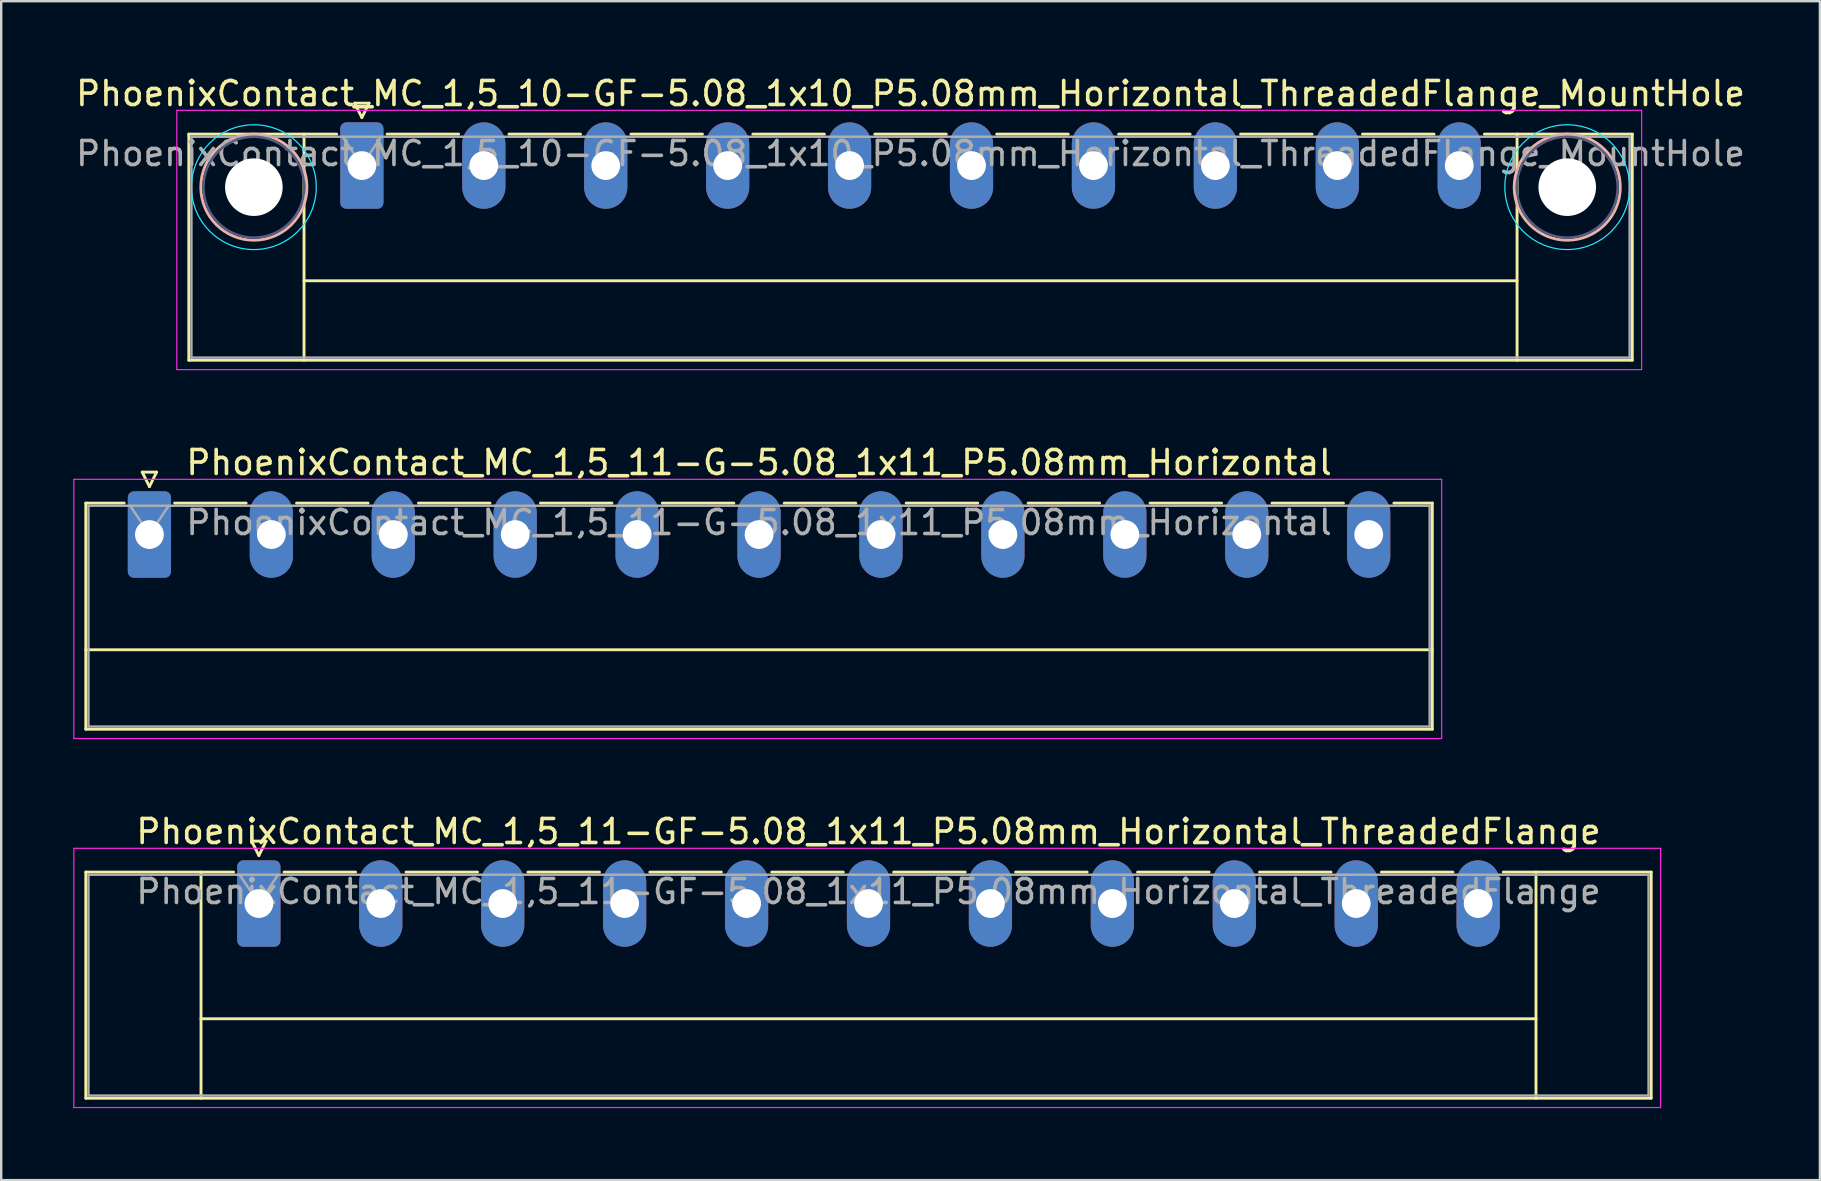
<source format=kicad_pcb>
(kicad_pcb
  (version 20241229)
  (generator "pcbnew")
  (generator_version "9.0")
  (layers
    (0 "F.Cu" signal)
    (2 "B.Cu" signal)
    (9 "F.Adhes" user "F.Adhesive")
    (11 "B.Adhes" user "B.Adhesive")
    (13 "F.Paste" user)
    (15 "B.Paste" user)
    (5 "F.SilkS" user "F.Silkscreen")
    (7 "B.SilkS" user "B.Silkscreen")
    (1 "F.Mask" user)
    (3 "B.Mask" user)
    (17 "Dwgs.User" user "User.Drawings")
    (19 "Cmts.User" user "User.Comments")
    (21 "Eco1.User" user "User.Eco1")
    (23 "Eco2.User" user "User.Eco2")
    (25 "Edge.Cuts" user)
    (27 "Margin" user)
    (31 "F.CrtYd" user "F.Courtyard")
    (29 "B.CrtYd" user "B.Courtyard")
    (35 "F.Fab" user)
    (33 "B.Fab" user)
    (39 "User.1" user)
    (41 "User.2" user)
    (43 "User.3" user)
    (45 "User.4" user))
  (footprint "PhoenixContact_MC_1,5_10-GF-5.08_1x10_P5.08mm_Horizontal_ThreadedFlange_MountHole"
    (layer "F.Cu")
    (at 12.027 3.848)
    (property "Reference" "PhoenixContact_MC_1,5_10-GF-5.08_1x10_P5.08mm_Horizontal_ThreadedFlange_MountHole" (at 22.86 -3 0) (layer "F.SilkS") (effects (font (size 1 1) (thickness 0.15))))
    (attr through_hole)
    (fp_line (start -7.21 -1.31) (end -7.21 8.11) (stroke (width 0.12) (type solid)) (layer "F.SilkS"))
    (fp_line (start -7.21 -1.31) (end -1.05 -1.31) (stroke (width 0.12) (type solid)) (layer "F.SilkS"))
    (fp_line (start -7.21 8.11) (end 52.93 8.11) (stroke (width 0.12) (type solid)) (layer "F.SilkS"))
    (fp_line (start -2.41 -1.31) (end -2.41 8.11) (stroke (width 0.12) (type solid)) (layer "F.SilkS"))
    (fp_line (start -2.41 4.8) (end 48.13 4.8) (stroke (width 0.12) (type solid)) (layer "F.SilkS"))
    (fp_line (start -0.3 -2.6) (end 0.3 -2.6) (stroke (width 0.12) (type solid)) (layer "F.SilkS"))
    (fp_line (start 0 -2) (end -0.3 -2.6) (stroke (width 0.12) (type solid)) (layer "F.SilkS"))
    (fp_line (start 0.3 -2.6) (end 0 -2) (stroke (width 0.12) (type solid)) (layer "F.SilkS"))
    (fp_line (start 1.05 -1.31) (end 4.03 -1.31) (stroke (width 0.12) (type solid)) (layer "F.SilkS"))
    (fp_line (start 6.13 -1.31) (end 9.11 -1.31) (stroke (width 0.12) (type solid)) (layer "F.SilkS"))
    (fp_line (start 11.21 -1.31) (end 14.19 -1.31) (stroke (width 0.12) (type solid)) (layer "F.SilkS"))
    (fp_line (start 16.29 -1.31) (end 19.27 -1.31) (stroke (width 0.12) (type solid)) (layer "F.SilkS"))
    (fp_line (start 21.37 -1.31) (end 24.35 -1.31) (stroke (width 0.12) (type solid)) (layer "F.SilkS"))
    (fp_line (start 26.45 -1.31) (end 29.43 -1.31) (stroke (width 0.12) (type solid)) (layer "F.SilkS"))
    (fp_line (start 31.53 -1.31) (end 34.51 -1.31) (stroke (width 0.12) (type solid)) (layer "F.SilkS"))
    (fp_line (start 36.61 -1.31) (end 39.59 -1.31) (stroke (width 0.12) (type solid)) (layer "F.SilkS"))
    (fp_line (start 41.69 -1.31) (end 44.67 -1.31) (stroke (width 0.12) (type solid)) (layer "F.SilkS"))
    (fp_line (start 48.13 -1.31) (end 48.13 8.11) (stroke (width 0.12) (type solid)) (layer "F.SilkS"))
    (fp_line (start 52.93 -1.31) (end 46.77 -1.31) (stroke (width 0.12) (type solid)) (layer "F.SilkS"))
    (fp_line (start 52.93 8.11) (end 52.93 -1.31) (stroke (width 0.12) (type solid)) (layer "F.SilkS"))
    (fp_circle (center -4.5 0.9) (end -2.29 0.9) (stroke (width 0.12) (type solid)) (fill no) (layer "B.SilkS"))
    (fp_circle (center 50.22 0.9) (end 52.43 0.9) (stroke (width 0.12) (type solid)) (fill no) (layer "B.SilkS"))
    (fp_circle (center -4.5 0.9) (end -1.9 0.9) (stroke (width 0.05) (type solid)) (fill no) (layer "B.CrtYd"))
    (fp_circle (center 50.22 0.9) (end 52.82 0.9) (stroke (width 0.05) (type solid)) (fill no) (layer "B.CrtYd"))
    (fp_line (start -7.71 -2.3) (end -7.71 8.5) (stroke (width 0.05) (type solid)) (layer "F.CrtYd"))
    (fp_line (start -7.71 8.5) (end 53.32 8.5) (stroke (width 0.05) (type solid)) (layer "F.CrtYd"))
    (fp_line (start 53.32 -2.3) (end -7.71 -2.3) (stroke (width 0.05) (type solid)) (layer "F.CrtYd"))
    (fp_line (start 53.32 8.5) (end 53.32 -2.3) (stroke (width 0.05) (type solid)) (layer "F.CrtYd"))
    (fp_circle (center -4.5 0.9) (end -2.4 0.9) (stroke (width 0.1) (type solid)) (fill no) (layer "B.Fab"))
    (fp_circle (center 50.22 0.9) (end 52.32 0.9) (stroke (width 0.1) (type solid)) (fill no) (layer "B.Fab"))
    (fp_line (start -7.1 -1.2) (end -7.1 8) (stroke (width 0.1) (type solid)) (layer "F.Fab"))
    (fp_line (start -7.1 8) (end 52.82 8) (stroke (width 0.1) (type solid)) (layer "F.Fab"))
    (fp_line (start 0 0) (end -0.8 -1.2) (stroke (width 0.1) (type solid)) (layer "F.Fab"))
    (fp_line (start 0.8 -1.2) (end 0 0) (stroke (width 0.1) (type solid)) (layer "F.Fab"))
    (fp_line (start 52.82 -1.2) (end -7.1 -1.2) (stroke (width 0.1) (type solid)) (layer "F.Fab"))
    (fp_line (start 52.82 8) (end 52.82 -1.2) (stroke (width 0.1) (type solid)) (layer "F.Fab"))
    (fp_text user "${REFERENCE}" (at 22.86 -0.5 0) (layer "F.Fab") (effects (font (size 1 1) (thickness 0.15))))
    (pad "" np_thru_hole circle (at -4.5 0.9) (size 2.4 2.4) (drill 2.4) (layers "*.Cu" "*.Mask"))
    (pad "" np_thru_hole circle (at 50.22 0.9) (size 2.4 2.4) (drill 2.4) (layers "*.Cu" "*.Mask"))
    (pad "1" thru_hole roundrect (at 0 0) (size 1.8 3.6) (drill 1.2) (layers "*.Cu" "*.Mask") (roundrect_rratio 0.139))
    (pad "2" thru_hole oval (at 5.08 0) (size 1.8 3.6) (drill 1.2) (layers "*.Cu" "*.Mask"))
    (pad "3" thru_hole oval (at 10.16 0) (size 1.8 3.6) (drill 1.2) (layers "*.Cu" "*.Mask"))
    (pad "4" thru_hole oval (at 15.24 0) (size 1.8 3.6) (drill 1.2) (layers "*.Cu" "*.Mask"))
    (pad "5" thru_hole oval (at 20.32 0) (size 1.8 3.6) (drill 1.2) (layers "*.Cu" "*.Mask"))
    (pad "6" thru_hole oval (at 25.4 0) (size 1.8 3.6) (drill 1.2) (layers "*.Cu" "*.Mask"))
    (pad "7" thru_hole oval (at 30.48 0) (size 1.8 3.6) (drill 1.2) (layers "*.Cu" "*.Mask"))
    (pad "8" thru_hole oval (at 35.56 0) (size 1.8 3.6) (drill 1.2) (layers "*.Cu" "*.Mask"))
    (pad "9" thru_hole oval (at 40.64 0) (size 1.8 3.6) (drill 1.2) (layers "*.Cu" "*.Mask"))
    (pad "10" thru_hole oval (at 45.72 0) (size 1.8 3.6) (drill 1.2) (layers "*.Cu" "*.Mask")))
  (footprint "PhoenixContact_MC_1,5_11-G-5.08_1x11_P5.08mm_Horizontal"
    (layer "F.Cu")
    (at 3.175 19.221)
    (property "Reference" "PhoenixContact_MC_1,5_11-G-5.08_1x11_P5.08mm_Horizontal" (at 25.4 -3 0) (layer "F.SilkS") (effects (font (size 1 1) (thickness 0.15))))
    (attr through_hole)
    (fp_line (start -2.65 -1.31) (end -2.65 8.11) (stroke (width 0.12) (type solid)) (layer "F.SilkS"))
    (fp_line (start -2.65 -1.31) (end -1.05 -1.31) (stroke (width 0.12) (type solid)) (layer "F.SilkS"))
    (fp_line (start -2.65 4.8) (end 53.45 4.8) (stroke (width 0.12) (type solid)) (layer "F.SilkS"))
    (fp_line (start -2.65 8.11) (end 53.45 8.11) (stroke (width 0.12) (type solid)) (layer "F.SilkS"))
    (fp_line (start -0.3 -2.6) (end 0.3 -2.6) (stroke (width 0.12) (type solid)) (layer "F.SilkS"))
    (fp_line (start 0 -2) (end -0.3 -2.6) (stroke (width 0.12) (type solid)) (layer "F.SilkS"))
    (fp_line (start 0.3 -2.6) (end 0 -2) (stroke (width 0.12) (type solid)) (layer "F.SilkS"))
    (fp_line (start 1.05 -1.31) (end 4.03 -1.31) (stroke (width 0.12) (type solid)) (layer "F.SilkS"))
    (fp_line (start 6.13 -1.31) (end 9.11 -1.31) (stroke (width 0.12) (type solid)) (layer "F.SilkS"))
    (fp_line (start 11.21 -1.31) (end 14.19 -1.31) (stroke (width 0.12) (type solid)) (layer "F.SilkS"))
    (fp_line (start 16.29 -1.31) (end 19.27 -1.31) (stroke (width 0.12) (type solid)) (layer "F.SilkS"))
    (fp_line (start 21.37 -1.31) (end 24.35 -1.31) (stroke (width 0.12) (type solid)) (layer "F.SilkS"))
    (fp_line (start 26.45 -1.31) (end 29.43 -1.31) (stroke (width 0.12) (type solid)) (layer "F.SilkS"))
    (fp_line (start 31.53 -1.31) (end 34.51 -1.31) (stroke (width 0.12) (type solid)) (layer "F.SilkS"))
    (fp_line (start 36.61 -1.31) (end 39.59 -1.31) (stroke (width 0.12) (type solid)) (layer "F.SilkS"))
    (fp_line (start 41.69 -1.31) (end 44.67 -1.31) (stroke (width 0.12) (type solid)) (layer "F.SilkS"))
    (fp_line (start 46.77 -1.31) (end 49.75 -1.31) (stroke (width 0.12) (type solid)) (layer "F.SilkS"))
    (fp_line (start 53.45 -1.31) (end 51.85 -1.31) (stroke (width 0.12) (type solid)) (layer "F.SilkS"))
    (fp_line (start 53.45 8.11) (end 53.45 -1.31) (stroke (width 0.12) (type solid)) (layer "F.SilkS"))
    (fp_line (start -3.15 -2.3) (end -3.15 8.5) (stroke (width 0.05) (type solid)) (layer "F.CrtYd"))
    (fp_line (start -3.15 8.5) (end 53.84 8.5) (stroke (width 0.05) (type solid)) (layer "F.CrtYd"))
    (fp_line (start 53.84 -2.3) (end -3.15 -2.3) (stroke (width 0.05) (type solid)) (layer "F.CrtYd"))
    (fp_line (start 53.84 8.5) (end 53.84 -2.3) (stroke (width 0.05) (type solid)) (layer "F.CrtYd"))
    (fp_line (start -2.54 -1.2) (end -2.54 8) (stroke (width 0.1) (type solid)) (layer "F.Fab"))
    (fp_line (start -2.54 8) (end 53.34 8) (stroke (width 0.1) (type solid)) (layer "F.Fab"))
    (fp_line (start 0 0) (end -0.8 -1.2) (stroke (width 0.1) (type solid)) (layer "F.Fab"))
    (fp_line (start 0.8 -1.2) (end 0 0) (stroke (width 0.1) (type solid)) (layer "F.Fab"))
    (fp_line (start 53.34 -1.2) (end -2.54 -1.2) (stroke (width 0.1) (type solid)) (layer "F.Fab"))
    (fp_line (start 53.34 8) (end 53.34 -1.2) (stroke (width 0.1) (type solid)) (layer "F.Fab"))
    (fp_text user "${REFERENCE}" (at 25.4 -0.5 0) (layer "F.Fab") (effects (font (size 1 1) (thickness 0.15))))
    (pad "1" thru_hole roundrect (at 0 0) (size 1.8 3.6) (drill 1.2) (layers "*.Cu" "*.Mask") (roundrect_rratio 0.139))
    (pad "2" thru_hole oval (at 5.08 0) (size 1.8 3.6) (drill 1.2) (layers "*.Cu" "*.Mask"))
    (pad "3" thru_hole oval (at 10.16 0) (size 1.8 3.6) (drill 1.2) (layers "*.Cu" "*.Mask"))
    (pad "4" thru_hole oval (at 15.24 0) (size 1.8 3.6) (drill 1.2) (layers "*.Cu" "*.Mask"))
    (pad "5" thru_hole oval (at 20.32 0) (size 1.8 3.6) (drill 1.2) (layers "*.Cu" "*.Mask"))
    (pad "6" thru_hole oval (at 25.4 0) (size 1.8 3.6) (drill 1.2) (layers "*.Cu" "*.Mask"))
    (pad "7" thru_hole oval (at 30.48 0) (size 1.8 3.6) (drill 1.2) (layers "*.Cu" "*.Mask"))
    (pad "8" thru_hole oval (at 35.56 0) (size 1.8 3.6) (drill 1.2) (layers "*.Cu" "*.Mask"))
    (pad "9" thru_hole oval (at 40.64 0) (size 1.8 3.6) (drill 1.2) (layers "*.Cu" "*.Mask"))
    (pad "10" thru_hole oval (at 45.72 0) (size 1.8 3.6) (drill 1.2) (layers "*.Cu" "*.Mask"))
    (pad "11" thru_hole oval (at 50.8 0) (size 1.8 3.6) (drill 1.2) (layers "*.Cu" "*.Mask")))
  (footprint "PhoenixContact_MC_1,5_11-GF-5.08_1x11_P5.08mm_Horizontal_ThreadedFlange"
    (layer "F.Cu")
    (at 7.735 34.595)
    (property "Reference" "PhoenixContact_MC_1,5_11-GF-5.08_1x11_P5.08mm_Horizontal_ThreadedFlange" (at 25.4 -3 0) (layer "F.SilkS") (effects (font (size 1 1) (thickness 0.15))))
    (attr through_hole)
    (fp_line (start -7.21 -1.31) (end -7.21 8.11) (stroke (width 0.12) (type solid)) (layer "F.SilkS"))
    (fp_line (start -7.21 -1.31) (end -1.05 -1.31) (stroke (width 0.12) (type solid)) (layer "F.SilkS"))
    (fp_line (start -7.21 8.11) (end 58.01 8.11) (stroke (width 0.12) (type solid)) (layer "F.SilkS"))
    (fp_line (start -2.41 -1.31) (end -2.41 8.11) (stroke (width 0.12) (type solid)) (layer "F.SilkS"))
    (fp_line (start -2.41 4.8) (end 53.21 4.8) (stroke (width 0.12) (type solid)) (layer "F.SilkS"))
    (fp_line (start -0.3 -2.6) (end 0.3 -2.6) (stroke (width 0.12) (type solid)) (layer "F.SilkS"))
    (fp_line (start 0 -2) (end -0.3 -2.6) (stroke (width 0.12) (type solid)) (layer "F.SilkS"))
    (fp_line (start 0.3 -2.6) (end 0 -2) (stroke (width 0.12) (type solid)) (layer "F.SilkS"))
    (fp_line (start 1.05 -1.31) (end 4.03 -1.31) (stroke (width 0.12) (type solid)) (layer "F.SilkS"))
    (fp_line (start 6.13 -1.31) (end 9.11 -1.31) (stroke (width 0.12) (type solid)) (layer "F.SilkS"))
    (fp_line (start 11.21 -1.31) (end 14.19 -1.31) (stroke (width 0.12) (type solid)) (layer "F.SilkS"))
    (fp_line (start 16.29 -1.31) (end 19.27 -1.31) (stroke (width 0.12) (type solid)) (layer "F.SilkS"))
    (fp_line (start 21.37 -1.31) (end 24.35 -1.31) (stroke (width 0.12) (type solid)) (layer "F.SilkS"))
    (fp_line (start 26.45 -1.31) (end 29.43 -1.31) (stroke (width 0.12) (type solid)) (layer "F.SilkS"))
    (fp_line (start 31.53 -1.31) (end 34.51 -1.31) (stroke (width 0.12) (type solid)) (layer "F.SilkS"))
    (fp_line (start 36.61 -1.31) (end 39.59 -1.31) (stroke (width 0.12) (type solid)) (layer "F.SilkS"))
    (fp_line (start 41.69 -1.31) (end 44.67 -1.31) (stroke (width 0.12) (type solid)) (layer "F.SilkS"))
    (fp_line (start 46.77 -1.31) (end 49.75 -1.31) (stroke (width 0.12) (type solid)) (layer "F.SilkS"))
    (fp_line (start 53.21 -1.31) (end 53.21 8.11) (stroke (width 0.12) (type solid)) (layer "F.SilkS"))
    (fp_line (start 58.01 -1.31) (end 51.85 -1.31) (stroke (width 0.12) (type solid)) (layer "F.SilkS"))
    (fp_line (start 58.01 8.11) (end 58.01 -1.31) (stroke (width 0.12) (type solid)) (layer "F.SilkS"))
    (fp_line (start -7.71 -2.3) (end -7.71 8.5) (stroke (width 0.05) (type solid)) (layer "F.CrtYd"))
    (fp_line (start -7.71 8.5) (end 58.4 8.5) (stroke (width 0.05) (type solid)) (layer "F.CrtYd"))
    (fp_line (start 58.4 -2.3) (end -7.71 -2.3) (stroke (width 0.05) (type solid)) (layer "F.CrtYd"))
    (fp_line (start 58.4 8.5) (end 58.4 -2.3) (stroke (width 0.05) (type solid)) (layer "F.CrtYd"))
    (fp_line (start -7.1 -1.2) (end -7.1 8) (stroke (width 0.1) (type solid)) (layer "F.Fab"))
    (fp_line (start -7.1 8) (end 57.9 8) (stroke (width 0.1) (type solid)) (layer "F.Fab"))
    (fp_line (start 0 0) (end -0.8 -1.2) (stroke (width 0.1) (type solid)) (layer "F.Fab"))
    (fp_line (start 0.8 -1.2) (end 0 0) (stroke (width 0.1) (type solid)) (layer "F.Fab"))
    (fp_line (start 57.9 -1.2) (end -7.1 -1.2) (stroke (width 0.1) (type solid)) (layer "F.Fab"))
    (fp_line (start 57.9 8) (end 57.9 -1.2) (stroke (width 0.1) (type solid)) (layer "F.Fab"))
    (fp_text user "${REFERENCE}" (at 25.4 -0.5 0) (layer "F.Fab") (effects (font (size 1 1) (thickness 0.15))))
    (pad "1" thru_hole roundrect (at 0 0) (size 1.8 3.6) (drill 1.2) (layers "*.Cu" "*.Mask") (roundrect_rratio 0.139))
    (pad "2" thru_hole oval (at 5.08 0) (size 1.8 3.6) (drill 1.2) (layers "*.Cu" "*.Mask"))
    (pad "3" thru_hole oval (at 10.16 0) (size 1.8 3.6) (drill 1.2) (layers "*.Cu" "*.Mask"))
    (pad "4" thru_hole oval (at 15.24 0) (size 1.8 3.6) (drill 1.2) (layers "*.Cu" "*.Mask"))
    (pad "5" thru_hole oval (at 20.32 0) (size 1.8 3.6) (drill 1.2) (layers "*.Cu" "*.Mask"))
    (pad "6" thru_hole oval (at 25.4 0) (size 1.8 3.6) (drill 1.2) (layers "*.Cu" "*.Mask"))
    (pad "7" thru_hole oval (at 30.48 0) (size 1.8 3.6) (drill 1.2) (layers "*.Cu" "*.Mask"))
    (pad "8" thru_hole oval (at 35.56 0) (size 1.8 3.6) (drill 1.2) (layers "*.Cu" "*.Mask"))
    (pad "9" thru_hole oval (at 40.64 0) (size 1.8 3.6) (drill 1.2) (layers "*.Cu" "*.Mask"))
    (pad "10" thru_hole oval (at 45.72 0) (size 1.8 3.6) (drill 1.2) (layers "*.Cu" "*.Mask"))
    (pad "11" thru_hole oval (at 50.8 0) (size 1.8 3.6) (drill 1.2) (layers "*.Cu" "*.Mask")))
  (gr_rect
    (start -3 -3)
    (end 72.774 46.12)
    (stroke (width 0.1) (type default))
    (fill no)
    (layer "Edge.Cuts")))
</source>
